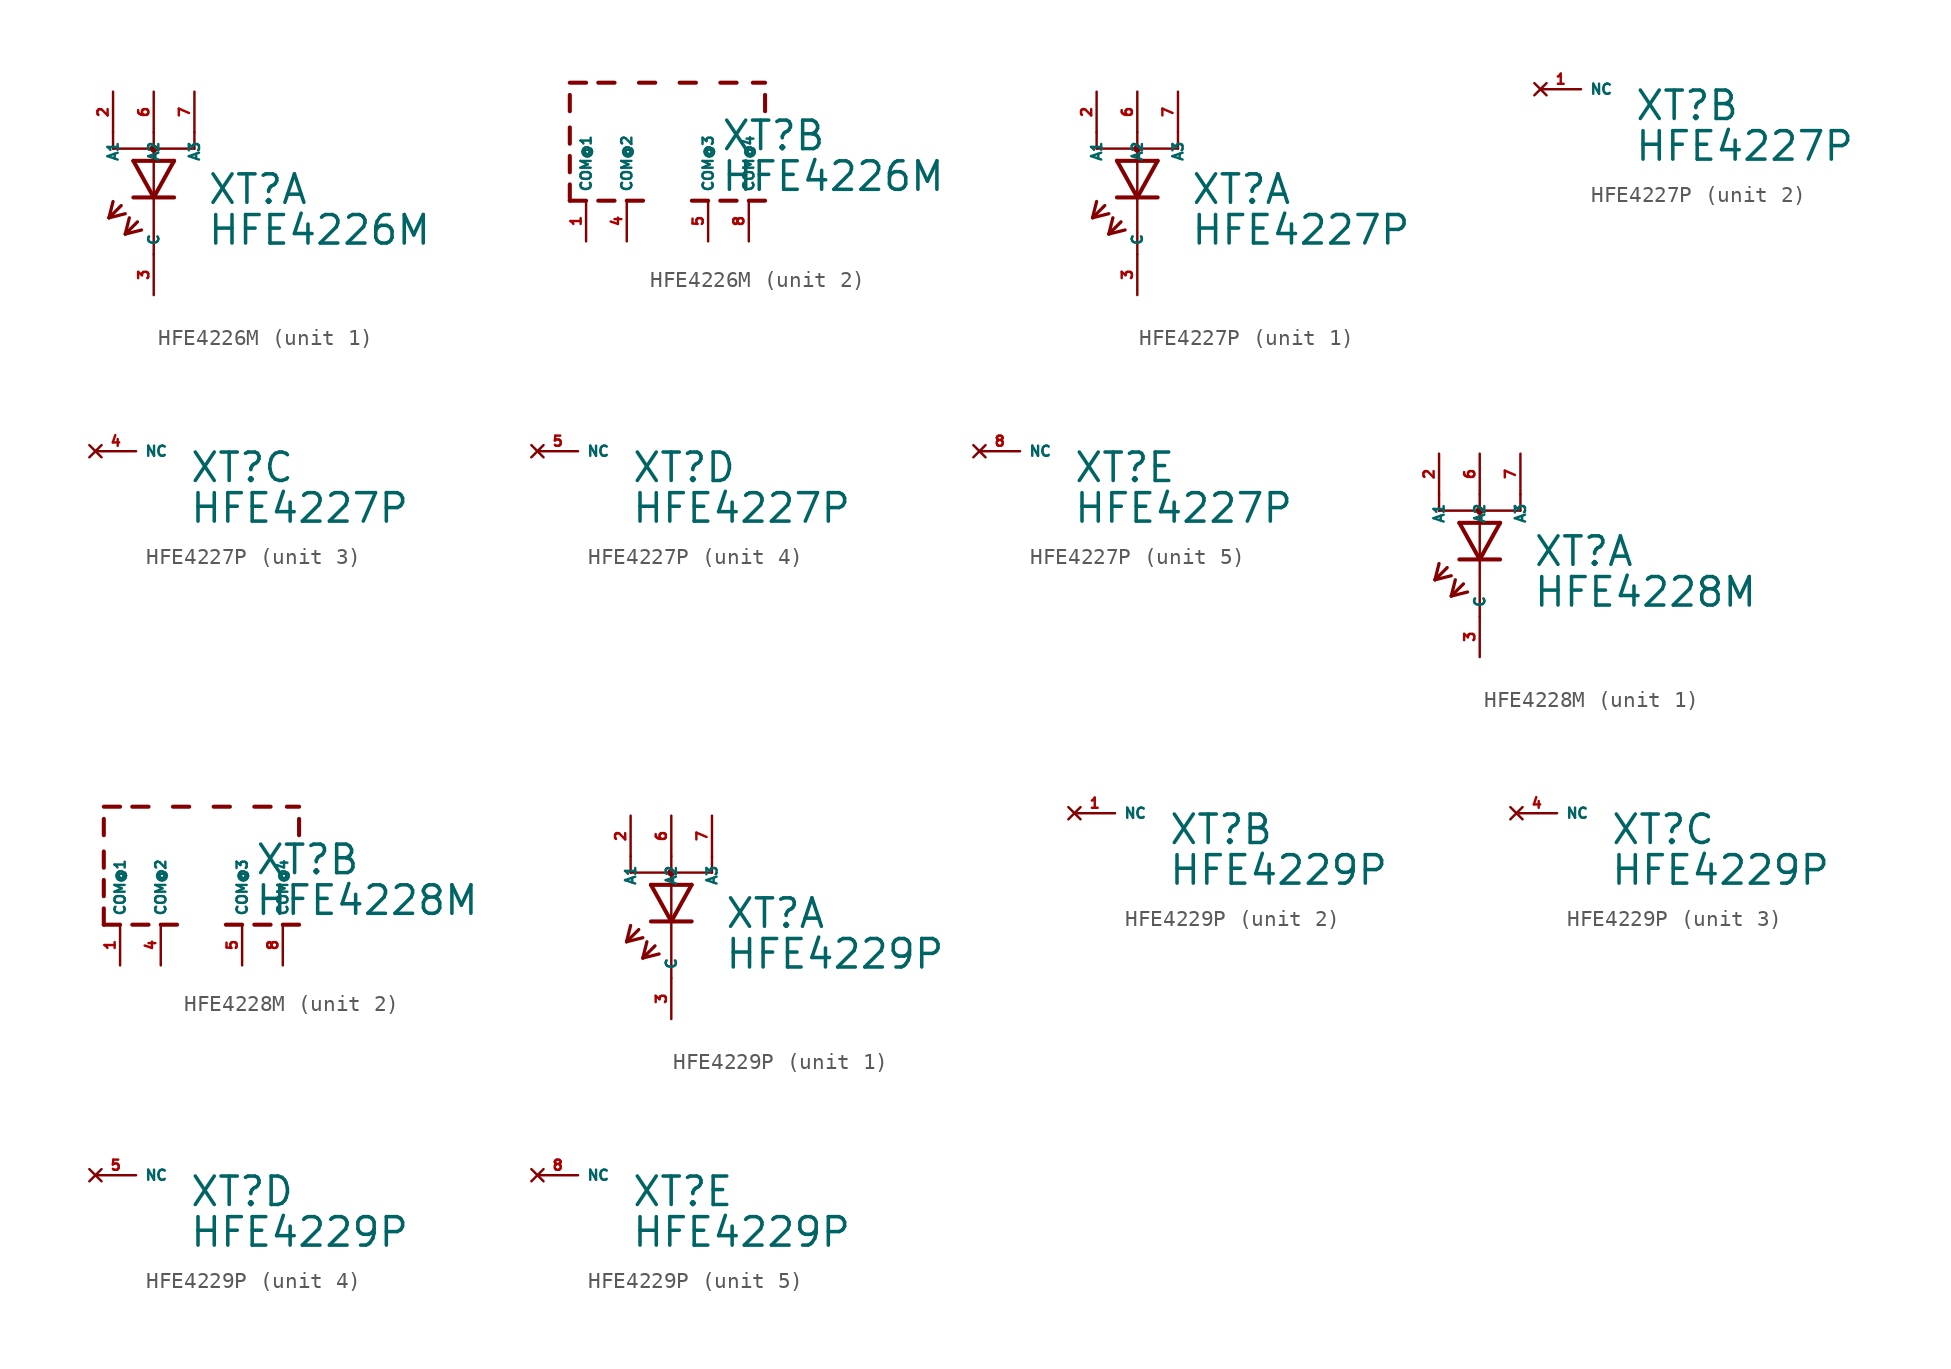
<source format=kicad_sym>
(kicad_symbol_lib
  (version 20220914)
  (generator Eagle2Kicad)
  (symbol "HFE4226M"
    (property "Reference" "XT"
      (at 3.302 -2.057 0)
      (effects (font (size 1.778 1.778) (thickness 0.22)) (justify left bottom)))
    (property "Value" "HFE4226M"
      (at 3.302 -4.597 0)
      (effects (font (size 1.778 1.778) (thickness 0.22)) (justify left bottom)))
    (symbol "HFE4226M_1_0"
      (polyline (pts (xy -1.27 0.762) (xy 0 -1.524)) (stroke (width 0.254) (type default)) (fill (type none)))
      (polyline (pts (xy 0 -1.524) (xy 1.27 0.762)) (stroke (width 0.254) (type default)) (fill (type none)))
      (polyline (pts (xy 1.27 -1.524) (xy 0 -1.524)) (stroke (width 0.254) (type default)) (fill (type none)))
      (polyline (pts (xy 1.27 0.762) (xy -1.27 0.762)) (stroke (width 0.254) (type default)) (fill (type none)))
      (polyline (pts (xy 0 -1.524) (xy -1.27 -1.524)) (stroke (width 0.254) (type default)) (fill (type none)))
      (polyline (pts (xy -2.032 -2.032) (xy -2.794 -2.794)) (stroke (width 0.203) (type default)) (fill (type none)))
      (polyline (pts (xy -2.794 -2.794) (xy -1.778 -2.54)) (stroke (width 0.203) (type default)) (fill (type none)))
      (polyline (pts (xy -2.794 -2.794) (xy -2.54 -1.778)) (stroke (width 0.203) (type default)) (fill (type none)))
      (polyline (pts (xy -1.016 -3.048) (xy -1.778 -3.81)) (stroke (width 0.203) (type default)) (fill (type none)))
      (polyline (pts (xy -1.778 -3.81) (xy -0.762 -3.556)) (stroke (width 0.203) (type default)) (fill (type none)))
      (polyline (pts (xy -1.778 -3.81) (xy -1.524 -2.794)) (stroke (width 0.203) (type default)) (fill (type none)))
      (polyline (pts (xy 2.54 1.524) (xy 0 1.524)) (stroke (width 0.152) (type default)) (fill (type none)))
      (polyline (pts (xy 0 1.524) (xy -2.54 1.524)) (stroke (width 0.152) (type default)) (fill (type none)))
      (polyline (pts (xy 0 -5.08) (xy 0 1.524)) (stroke (width 0.152) (type default)) (fill (type none)))
      (polyline (pts (xy 0 1.524) (xy 0 1.778)) (stroke (width 0.152) (type default)) (fill (type none)))
      (polyline (pts (xy 2.54 1.524) (xy 2.54 2.54)) (stroke (width 0.152) (type default)) (fill (type none)))
      (polyline (pts (xy 0 1.524) (xy 0 2.54)) (stroke (width 0.152) (type default)) (fill (type none)))
      (polyline (pts (xy -2.54 1.524) (xy -2.54 2.54)) (stroke (width 0.152) (type default)) (fill (type none)))
      (circle (center 0 1.524) (radius 0.127) (stroke (width 0.254) (type default)) (fill (type none)))
      (pin passive line (at 0 -7.62 90) (length 2.54) (name "C" (effects (font (size 0.635 0.635) (thickness 0.08)) (justify left bottom))) (number "3" (effects (font (size 0.635 0.635) (thickness 0.08)) (justify left bottom))))
      (pin passive line (at 0 5.08 270) (length 2.54) (name "A2" (effects (font (size 0.635 0.635) (thickness 0.08)) (justify left bottom))) (number "6" (effects (font (size 0.635 0.635) (thickness 0.08)) (justify left bottom))))
      (pin passive line (at 2.54 5.08 270) (length 2.54) (name "A3" (effects (font (size 0.635 0.635) (thickness 0.08)) (justify left bottom))) (number "7" (effects (font (size 0.635 0.635) (thickness 0.08)) (justify left bottom))))
      (pin passive line (at -2.54 5.08 270) (length 2.54) (name "A1" (effects (font (size 0.635 0.635) (thickness 0.08)) (justify left bottom))) (number "2" (effects (font (size 0.635 0.635) (thickness 0.08)) (justify left bottom)))))
    (symbol "HFE4226M_2_0"
      (polyline (pts (xy -1.778 2.286) (xy -0.762 2.286)) (stroke (width 0.254) (type default)) (fill (type none)))
      (polyline (pts (xy 0.762 2.286) (xy 1.778 2.286)) (stroke (width 0.254) (type default)) (fill (type none)))
      (polyline (pts (xy 3.302 2.286) (xy 4.318 2.286)) (stroke (width 0.254) (type default)) (fill (type none)))
      (polyline (pts (xy 6.096 2.286) (xy 5.334 2.286)) (stroke (width 0.254) (type default)) (fill (type none)))
      (polyline (pts (xy 5.08 -5.08) (xy 6.096 -5.08)) (stroke (width 0.254) (type default)) (fill (type none)))
      (polyline (pts (xy 4.318 -5.08) (xy 3.302 -5.08)) (stroke (width 0.254) (type default)) (fill (type none)))
      (polyline (pts (xy 2.54 -5.08) (xy 1.524 -5.08)) (stroke (width 0.254) (type default)) (fill (type none)))
      (polyline (pts (xy -1.524 -5.08) (xy -2.54 -5.08)) (stroke (width 0.254) (type default)) (fill (type none)))
      (polyline (pts (xy -3.302 -5.08) (xy -4.318 -5.08)) (stroke (width 0.254) (type default)) (fill (type none)))
      (polyline (pts (xy -5.08 -5.08) (xy -6.096 -5.08)) (stroke (width 0.254) (type default)) (fill (type none)))
      (polyline (pts (xy -4.318 2.286) (xy -3.302 2.286)) (stroke (width 0.254) (type default)) (fill (type none)))
      (polyline (pts (xy -6.096 2.286) (xy -5.08 2.286)) (stroke (width 0.254) (type default)) (fill (type none)))
      (polyline (pts (xy -6.096 0.508) (xy -6.096 1.524)) (stroke (width 0.254) (type default)) (fill (type none)))
      (polyline (pts (xy -6.096 -1.524) (xy -6.096 -0.508)) (stroke (width 0.254) (type default)) (fill (type none)))
      (polyline (pts (xy -6.096 -3.302) (xy -6.096 -2.286)) (stroke (width 0.254) (type default)) (fill (type none)))
      (polyline (pts (xy -6.096 -5.08) (xy -6.096 -4.064)) (stroke (width 0.254) (type default)) (fill (type none)))
      (polyline (pts (xy 6.096 1.524) (xy 6.096 0.508)) (stroke (width 0.254) (type default)) (fill (type none)))
      (pin unspecified line (at 5.08 -7.62 90) (length 2.54) (name "COM@4" (effects (font (size 0.635 0.635) (thickness 0.08)) (justify left bottom))) (number "8" (effects (font (size 0.635 0.635) (thickness 0.08)) (justify left bottom))))
      (pin unspecified line (at -2.54 -7.62 90) (length 2.54) (name "COM@2" (effects (font (size 0.635 0.635) (thickness 0.08)) (justify left bottom))) (number "4" (effects (font (size 0.635 0.635) (thickness 0.08)) (justify left bottom))))
      (pin unspecified line (at 2.54 -7.62 90) (length 2.54) (name "COM@3" (effects (font (size 0.635 0.635) (thickness 0.08)) (justify left bottom))) (number "5" (effects (font (size 0.635 0.635) (thickness 0.08)) (justify left bottom))))
      (pin unspecified line (at -5.08 -7.62 90) (length 2.54) (name "COM@1" (effects (font (size 0.635 0.635) (thickness 0.08)) (justify left bottom))) (number "1" (effects (font (size 0.635 0.635) (thickness 0.08)) (justify left bottom))))))
  (symbol "HFE4227P"
    (property "Reference" "XT"
      (at 3.302 -2.057 0)
      (effects (font (size 1.778 1.778) (thickness 0.22)) (justify left bottom)))
    (property "Value" "HFE4227P"
      (at 3.302 -4.597 0)
      (effects (font (size 1.778 1.778) (thickness 0.22)) (justify left bottom)))
    (symbol "HFE4227P_1_0"
      (polyline (pts (xy -1.27 0.762) (xy 0 -1.524)) (stroke (width 0.254) (type default)) (fill (type none)))
      (polyline (pts (xy 0 -1.524) (xy 1.27 0.762)) (stroke (width 0.254) (type default)) (fill (type none)))
      (polyline (pts (xy 1.27 -1.524) (xy 0 -1.524)) (stroke (width 0.254) (type default)) (fill (type none)))
      (polyline (pts (xy 1.27 0.762) (xy -1.27 0.762)) (stroke (width 0.254) (type default)) (fill (type none)))
      (polyline (pts (xy 0 -1.524) (xy -1.27 -1.524)) (stroke (width 0.254) (type default)) (fill (type none)))
      (polyline (pts (xy -2.032 -2.032) (xy -2.794 -2.794)) (stroke (width 0.203) (type default)) (fill (type none)))
      (polyline (pts (xy -2.794 -2.794) (xy -1.778 -2.54)) (stroke (width 0.203) (type default)) (fill (type none)))
      (polyline (pts (xy -2.794 -2.794) (xy -2.54 -1.778)) (stroke (width 0.203) (type default)) (fill (type none)))
      (polyline (pts (xy -1.016 -3.048) (xy -1.778 -3.81)) (stroke (width 0.203) (type default)) (fill (type none)))
      (polyline (pts (xy -1.778 -3.81) (xy -0.762 -3.556)) (stroke (width 0.203) (type default)) (fill (type none)))
      (polyline (pts (xy -1.778 -3.81) (xy -1.524 -2.794)) (stroke (width 0.203) (type default)) (fill (type none)))
      (polyline (pts (xy 2.54 1.524) (xy 0 1.524)) (stroke (width 0.152) (type default)) (fill (type none)))
      (polyline (pts (xy 0 1.524) (xy -2.54 1.524)) (stroke (width 0.152) (type default)) (fill (type none)))
      (polyline (pts (xy 0 -5.08) (xy 0 1.524)) (stroke (width 0.152) (type default)) (fill (type none)))
      (polyline (pts (xy 0 1.524) (xy 0 1.778)) (stroke (width 0.152) (type default)) (fill (type none)))
      (polyline (pts (xy 2.54 1.524) (xy 2.54 2.54)) (stroke (width 0.152) (type default)) (fill (type none)))
      (polyline (pts (xy 0 1.524) (xy 0 2.54)) (stroke (width 0.152) (type default)) (fill (type none)))
      (polyline (pts (xy -2.54 1.524) (xy -2.54 2.54)) (stroke (width 0.152) (type default)) (fill (type none)))
      (circle (center 0 1.524) (radius 0.127) (stroke (width 0.254) (type default)) (fill (type none)))
      (pin passive line (at 0 -7.62 90) (length 2.54) (name "C" (effects (font (size 0.635 0.635) (thickness 0.08)) (justify left bottom))) (number "3" (effects (font (size 0.635 0.635) (thickness 0.08)) (justify left bottom))))
      (pin passive line (at 0 5.08 270) (length 2.54) (name "A2" (effects (font (size 0.635 0.635) (thickness 0.08)) (justify left bottom))) (number "6" (effects (font (size 0.635 0.635) (thickness 0.08)) (justify left bottom))))
      (pin passive line (at 2.54 5.08 270) (length 2.54) (name "A3" (effects (font (size 0.635 0.635) (thickness 0.08)) (justify left bottom))) (number "7" (effects (font (size 0.635 0.635) (thickness 0.08)) (justify left bottom))))
      (pin passive line (at -2.54 5.08 270) (length 2.54) (name "A1" (effects (font (size 0.635 0.635) (thickness 0.08)) (justify left bottom))) (number "2" (effects (font (size 0.635 0.635) (thickness 0.08)) (justify left bottom)))))
    (symbol "HFE4227P_2_0"
      (pin no_connect line (at -2.54 0 0) (length 2.54) (name "NC" (effects (font (size 0.635 0.635) (thickness 0.08)) (justify left bottom) hide)) (number "1" (effects (font (size 0.635 0.635) (thickness 0.08)) (justify left bottom) hide))))
    (symbol "HFE4227P_3_0"
      (pin no_connect line (at -2.54 0 0) (length 2.54) (name "NC" (effects (font (size 0.635 0.635) (thickness 0.08)) (justify left bottom) hide)) (number "4" (effects (font (size 0.635 0.635) (thickness 0.08)) (justify left bottom) hide))))
    (symbol "HFE4227P_4_0"
      (pin no_connect line (at -2.54 0 0) (length 2.54) (name "NC" (effects (font (size 0.635 0.635) (thickness 0.08)) (justify left bottom) hide)) (number "5" (effects (font (size 0.635 0.635) (thickness 0.08)) (justify left bottom) hide))))
    (symbol "HFE4227P_5_0"
      (pin no_connect line (at -2.54 0 0) (length 2.54) (name "NC" (effects (font (size 0.635 0.635) (thickness 0.08)) (justify left bottom) hide)) (number "8" (effects (font (size 0.635 0.635) (thickness 0.08)) (justify left bottom) hide)))))
  (symbol "HFE4228M"
    (property "Reference" "XT"
      (at 3.302 -2.057 0)
      (effects (font (size 1.778 1.778) (thickness 0.22)) (justify left bottom)))
    (property "Value" "HFE4228M"
      (at 3.302 -4.597 0)
      (effects (font (size 1.778 1.778) (thickness 0.22)) (justify left bottom)))
    (symbol "HFE4228M_1_0"
      (polyline (pts (xy -1.27 0.762) (xy 0 -1.524)) (stroke (width 0.254) (type default)) (fill (type none)))
      (polyline (pts (xy 0 -1.524) (xy 1.27 0.762)) (stroke (width 0.254) (type default)) (fill (type none)))
      (polyline (pts (xy 1.27 -1.524) (xy 0 -1.524)) (stroke (width 0.254) (type default)) (fill (type none)))
      (polyline (pts (xy 1.27 0.762) (xy -1.27 0.762)) (stroke (width 0.254) (type default)) (fill (type none)))
      (polyline (pts (xy 0 -1.524) (xy -1.27 -1.524)) (stroke (width 0.254) (type default)) (fill (type none)))
      (polyline (pts (xy -2.032 -2.032) (xy -2.794 -2.794)) (stroke (width 0.203) (type default)) (fill (type none)))
      (polyline (pts (xy -2.794 -2.794) (xy -1.778 -2.54)) (stroke (width 0.203) (type default)) (fill (type none)))
      (polyline (pts (xy -2.794 -2.794) (xy -2.54 -1.778)) (stroke (width 0.203) (type default)) (fill (type none)))
      (polyline (pts (xy -1.016 -3.048) (xy -1.778 -3.81)) (stroke (width 0.203) (type default)) (fill (type none)))
      (polyline (pts (xy -1.778 -3.81) (xy -0.762 -3.556)) (stroke (width 0.203) (type default)) (fill (type none)))
      (polyline (pts (xy -1.778 -3.81) (xy -1.524 -2.794)) (stroke (width 0.203) (type default)) (fill (type none)))
      (polyline (pts (xy 2.54 1.524) (xy 0 1.524)) (stroke (width 0.152) (type default)) (fill (type none)))
      (polyline (pts (xy 0 1.524) (xy -2.54 1.524)) (stroke (width 0.152) (type default)) (fill (type none)))
      (polyline (pts (xy 0 -5.08) (xy 0 1.524)) (stroke (width 0.152) (type default)) (fill (type none)))
      (polyline (pts (xy 0 1.524) (xy 0 1.778)) (stroke (width 0.152) (type default)) (fill (type none)))
      (polyline (pts (xy 2.54 1.524) (xy 2.54 2.54)) (stroke (width 0.152) (type default)) (fill (type none)))
      (polyline (pts (xy 0 1.524) (xy 0 2.54)) (stroke (width 0.152) (type default)) (fill (type none)))
      (polyline (pts (xy -2.54 1.524) (xy -2.54 2.54)) (stroke (width 0.152) (type default)) (fill (type none)))
      (circle (center 0 1.524) (radius 0.127) (stroke (width 0.254) (type default)) (fill (type none)))
      (pin passive line (at 0 -7.62 90) (length 2.54) (name "C" (effects (font (size 0.635 0.635) (thickness 0.08)) (justify left bottom))) (number "3" (effects (font (size 0.635 0.635) (thickness 0.08)) (justify left bottom))))
      (pin passive line (at 0 5.08 270) (length 2.54) (name "A2" (effects (font (size 0.635 0.635) (thickness 0.08)) (justify left bottom))) (number "6" (effects (font (size 0.635 0.635) (thickness 0.08)) (justify left bottom))))
      (pin passive line (at 2.54 5.08 270) (length 2.54) (name "A3" (effects (font (size 0.635 0.635) (thickness 0.08)) (justify left bottom))) (number "7" (effects (font (size 0.635 0.635) (thickness 0.08)) (justify left bottom))))
      (pin passive line (at -2.54 5.08 270) (length 2.54) (name "A1" (effects (font (size 0.635 0.635) (thickness 0.08)) (justify left bottom))) (number "2" (effects (font (size 0.635 0.635) (thickness 0.08)) (justify left bottom)))))
    (symbol "HFE4228M_2_0"
      (polyline (pts (xy -1.778 2.286) (xy -0.762 2.286)) (stroke (width 0.254) (type default)) (fill (type none)))
      (polyline (pts (xy 0.762 2.286) (xy 1.778 2.286)) (stroke (width 0.254) (type default)) (fill (type none)))
      (polyline (pts (xy 3.302 2.286) (xy 4.318 2.286)) (stroke (width 0.254) (type default)) (fill (type none)))
      (polyline (pts (xy 6.096 2.286) (xy 5.334 2.286)) (stroke (width 0.254) (type default)) (fill (type none)))
      (polyline (pts (xy 5.08 -5.08) (xy 6.096 -5.08)) (stroke (width 0.254) (type default)) (fill (type none)))
      (polyline (pts (xy 4.318 -5.08) (xy 3.302 -5.08)) (stroke (width 0.254) (type default)) (fill (type none)))
      (polyline (pts (xy 2.54 -5.08) (xy 1.524 -5.08)) (stroke (width 0.254) (type default)) (fill (type none)))
      (polyline (pts (xy -1.524 -5.08) (xy -2.54 -5.08)) (stroke (width 0.254) (type default)) (fill (type none)))
      (polyline (pts (xy -3.302 -5.08) (xy -4.318 -5.08)) (stroke (width 0.254) (type default)) (fill (type none)))
      (polyline (pts (xy -5.08 -5.08) (xy -6.096 -5.08)) (stroke (width 0.254) (type default)) (fill (type none)))
      (polyline (pts (xy -4.318 2.286) (xy -3.302 2.286)) (stroke (width 0.254) (type default)) (fill (type none)))
      (polyline (pts (xy -6.096 2.286) (xy -5.08 2.286)) (stroke (width 0.254) (type default)) (fill (type none)))
      (polyline (pts (xy -6.096 0.508) (xy -6.096 1.524)) (stroke (width 0.254) (type default)) (fill (type none)))
      (polyline (pts (xy -6.096 -1.524) (xy -6.096 -0.508)) (stroke (width 0.254) (type default)) (fill (type none)))
      (polyline (pts (xy -6.096 -3.302) (xy -6.096 -2.286)) (stroke (width 0.254) (type default)) (fill (type none)))
      (polyline (pts (xy -6.096 -5.08) (xy -6.096 -4.064)) (stroke (width 0.254) (type default)) (fill (type none)))
      (polyline (pts (xy 6.096 1.524) (xy 6.096 0.508)) (stroke (width 0.254) (type default)) (fill (type none)))
      (pin unspecified line (at 5.08 -7.62 90) (length 2.54) (name "COM@4" (effects (font (size 0.635 0.635) (thickness 0.08)) (justify left bottom))) (number "8" (effects (font (size 0.635 0.635) (thickness 0.08)) (justify left bottom))))
      (pin unspecified line (at -2.54 -7.62 90) (length 2.54) (name "COM@2" (effects (font (size 0.635 0.635) (thickness 0.08)) (justify left bottom))) (number "4" (effects (font (size 0.635 0.635) (thickness 0.08)) (justify left bottom))))
      (pin unspecified line (at 2.54 -7.62 90) (length 2.54) (name "COM@3" (effects (font (size 0.635 0.635) (thickness 0.08)) (justify left bottom))) (number "5" (effects (font (size 0.635 0.635) (thickness 0.08)) (justify left bottom))))
      (pin unspecified line (at -5.08 -7.62 90) (length 2.54) (name "COM@1" (effects (font (size 0.635 0.635) (thickness 0.08)) (justify left bottom))) (number "1" (effects (font (size 0.635 0.635) (thickness 0.08)) (justify left bottom))))))
  (symbol "HFE4229P"
    (property "Reference" "XT"
      (at 3.302 -2.057 0)
      (effects (font (size 1.778 1.778) (thickness 0.22)) (justify left bottom)))
    (property "Value" "HFE4229P"
      (at 3.302 -4.597 0)
      (effects (font (size 1.778 1.778) (thickness 0.22)) (justify left bottom)))
    (symbol "HFE4229P_1_0"
      (polyline (pts (xy -1.27 0.762) (xy 0 -1.524)) (stroke (width 0.254) (type default)) (fill (type none)))
      (polyline (pts (xy 0 -1.524) (xy 1.27 0.762)) (stroke (width 0.254) (type default)) (fill (type none)))
      (polyline (pts (xy 1.27 -1.524) (xy 0 -1.524)) (stroke (width 0.254) (type default)) (fill (type none)))
      (polyline (pts (xy 1.27 0.762) (xy -1.27 0.762)) (stroke (width 0.254) (type default)) (fill (type none)))
      (polyline (pts (xy 0 -1.524) (xy -1.27 -1.524)) (stroke (width 0.254) (type default)) (fill (type none)))
      (polyline (pts (xy -2.032 -2.032) (xy -2.794 -2.794)) (stroke (width 0.203) (type default)) (fill (type none)))
      (polyline (pts (xy -2.794 -2.794) (xy -1.778 -2.54)) (stroke (width 0.203) (type default)) (fill (type none)))
      (polyline (pts (xy -2.794 -2.794) (xy -2.54 -1.778)) (stroke (width 0.203) (type default)) (fill (type none)))
      (polyline (pts (xy -1.016 -3.048) (xy -1.778 -3.81)) (stroke (width 0.203) (type default)) (fill (type none)))
      (polyline (pts (xy -1.778 -3.81) (xy -0.762 -3.556)) (stroke (width 0.203) (type default)) (fill (type none)))
      (polyline (pts (xy -1.778 -3.81) (xy -1.524 -2.794)) (stroke (width 0.203) (type default)) (fill (type none)))
      (polyline (pts (xy 2.54 1.524) (xy 0 1.524)) (stroke (width 0.152) (type default)) (fill (type none)))
      (polyline (pts (xy 0 1.524) (xy -2.54 1.524)) (stroke (width 0.152) (type default)) (fill (type none)))
      (polyline (pts (xy 0 -5.08) (xy 0 1.524)) (stroke (width 0.152) (type default)) (fill (type none)))
      (polyline (pts (xy 0 1.524) (xy 0 1.778)) (stroke (width 0.152) (type default)) (fill (type none)))
      (polyline (pts (xy 2.54 1.524) (xy 2.54 2.54)) (stroke (width 0.152) (type default)) (fill (type none)))
      (polyline (pts (xy 0 1.524) (xy 0 2.54)) (stroke (width 0.152) (type default)) (fill (type none)))
      (polyline (pts (xy -2.54 1.524) (xy -2.54 2.54)) (stroke (width 0.152) (type default)) (fill (type none)))
      (circle (center 0 1.524) (radius 0.127) (stroke (width 0.254) (type default)) (fill (type none)))
      (pin passive line (at 0 -7.62 90) (length 2.54) (name "C" (effects (font (size 0.635 0.635) (thickness 0.08)) (justify left bottom))) (number "3" (effects (font (size 0.635 0.635) (thickness 0.08)) (justify left bottom))))
      (pin passive line (at 0 5.08 270) (length 2.54) (name "A2" (effects (font (size 0.635 0.635) (thickness 0.08)) (justify left bottom))) (number "6" (effects (font (size 0.635 0.635) (thickness 0.08)) (justify left bottom))))
      (pin passive line (at 2.54 5.08 270) (length 2.54) (name "A3" (effects (font (size 0.635 0.635) (thickness 0.08)) (justify left bottom))) (number "7" (effects (font (size 0.635 0.635) (thickness 0.08)) (justify left bottom))))
      (pin passive line (at -2.54 5.08 270) (length 2.54) (name "A1" (effects (font (size 0.635 0.635) (thickness 0.08)) (justify left bottom))) (number "2" (effects (font (size 0.635 0.635) (thickness 0.08)) (justify left bottom)))))
    (symbol "HFE4229P_2_0"
      (pin no_connect line (at -2.54 0 0) (length 2.54) (name "NC" (effects (font (size 0.635 0.635) (thickness 0.08)) (justify left bottom) hide)) (number "1" (effects (font (size 0.635 0.635) (thickness 0.08)) (justify left bottom) hide))))
    (symbol "HFE4229P_3_0"
      (pin no_connect line (at -2.54 0 0) (length 2.54) (name "NC" (effects (font (size 0.635 0.635) (thickness 0.08)) (justify left bottom) hide)) (number "4" (effects (font (size 0.635 0.635) (thickness 0.08)) (justify left bottom) hide))))
    (symbol "HFE4229P_4_0"
      (pin no_connect line (at -2.54 0 0) (length 2.54) (name "NC" (effects (font (size 0.635 0.635) (thickness 0.08)) (justify left bottom) hide)) (number "5" (effects (font (size 0.635 0.635) (thickness 0.08)) (justify left bottom) hide))))
    (symbol "HFE4229P_5_0"
      (pin no_connect line (at -2.54 0 0) (length 2.54) (name "NC" (effects (font (size 0.635 0.635) (thickness 0.08)) (justify left bottom) hide)) (number "8" (effects (font (size 0.635 0.635) (thickness 0.08)) (justify left bottom) hide))))))
</source>
